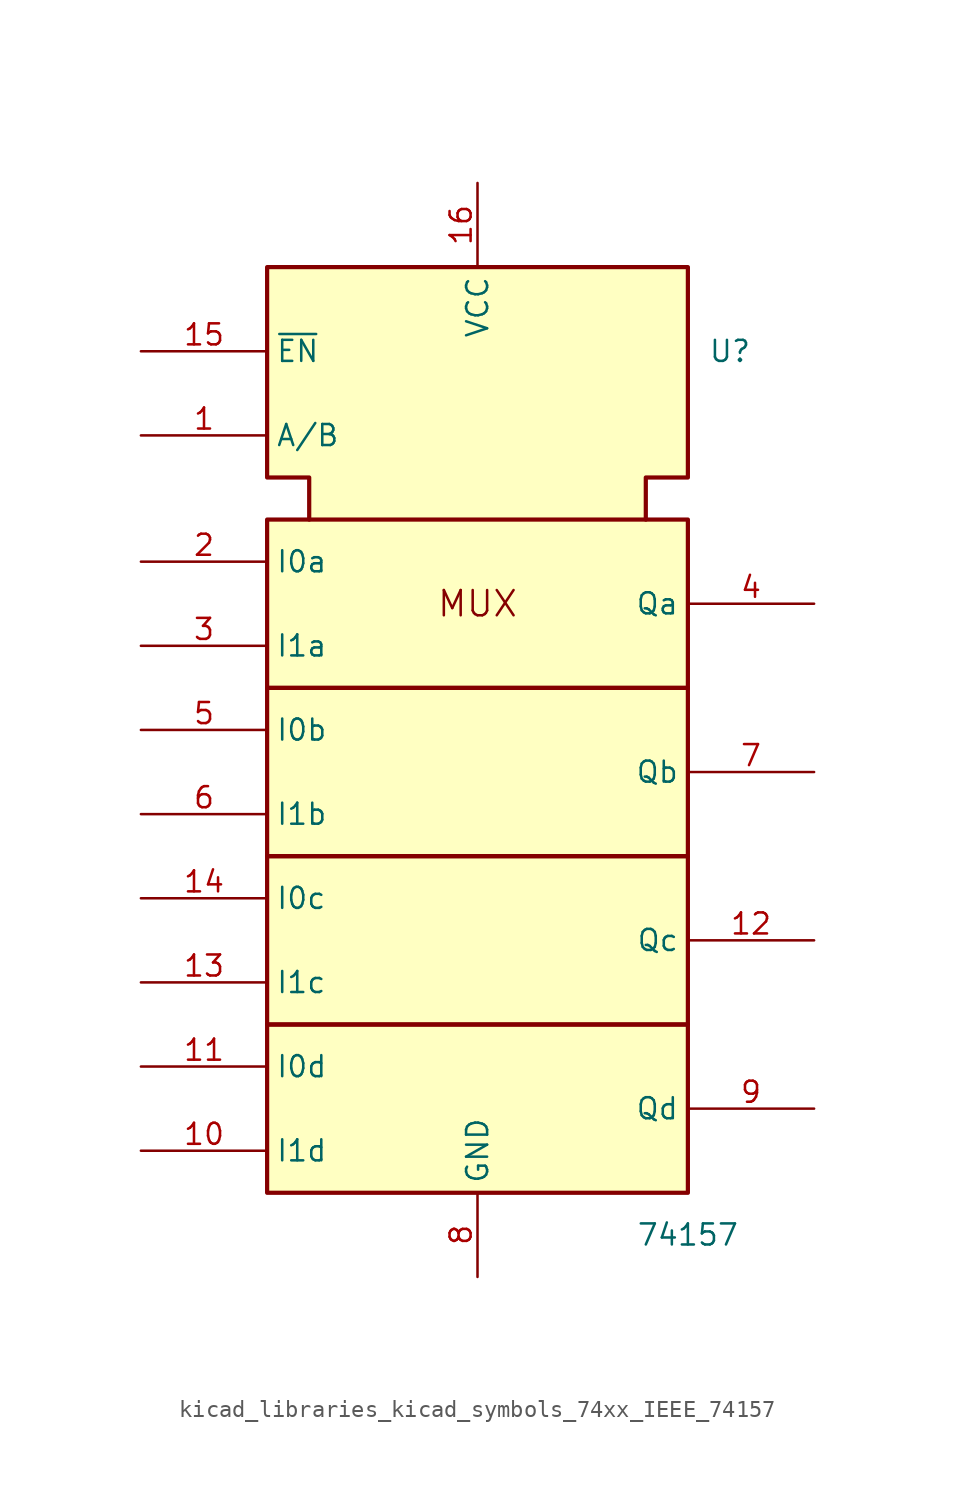
<source format=kicad_sym>
(kicad_symbol_lib
  (version 20220914)
  (generator kicad_symbol_editor)
  (symbol "kicad_libraries_kicad_symbols_74xx_IEEE_74157"
    (property "Reference" "U"
      (at 15.24 20.32 0)
      (effects (font (size 1.27 1.27))))
    (property "Value" "74157"
      (at 12.7 -33.02 0)
      (effects (font (size 1.27 1.27))))
    (symbol "kicad_libraries_kicad_symbols_74xx_IEEE_74157_0_0"
      (rectangle (start -12.7 -20.32) (end 12.7 -30.48) (stroke (width 0.254) (type default)) (fill (type background)))
      (rectangle (start -12.7 -10.16) (end 12.7 -20.32) (stroke (width 0.254) (type default)) (fill (type background)))
      (rectangle (start -12.7 0) (end 12.7 -10.16) (stroke (width 0.254) (type default)) (fill (type background)))
      (rectangle (start -12.7 10.16) (end 12.7 0) (stroke (width 0.254) (type default)) (fill (type background)))
      (polyline (pts (xy -10.16 10.16) (xy -10.16 12.7) (xy -12.7 12.7) (xy -12.7 25.4) (xy 12.7 25.4) (xy 12.7 12.7) (xy 10.16 12.7) (xy 10.16 10.16) (xy 10.16 10.16)) (stroke (width 0.254) (type default)) (fill (type background)))
      (text "MUX" (at 0 5.08 0) (effects (font (size 1.524 1.524))))
      (pin power_in line (at 0 30.48 270) (length 5.08) (name "VCC" (effects (font (size 1.27 1.27)))) (number "16" (effects (font (size 1.27 1.27)))))
      (pin power_in line (at 0 -35.56 90) (length 5.08) (name "GND" (effects (font (size 1.27 1.27)))) (number "8" (effects (font (size 1.27 1.27))))))
    (symbol "kicad_libraries_kicad_symbols_74xx_IEEE_74157_1_1"
      (pin input line (at -20.32 15.24 0) (length 7.62) (name "A/B" (effects (font (size 1.27 1.27)))) (number "1" (effects (font (size 1.27 1.27)))))
      (pin input line (at -20.32 -27.94 0) (length 7.62) (name "I1d" (effects (font (size 1.27 1.27)))) (number "10" (effects (font (size 1.27 1.27)))))
      (pin input line (at -20.32 -22.86 0) (length 7.62) (name "I0d" (effects (font (size 1.27 1.27)))) (number "11" (effects (font (size 1.27 1.27)))))
      (pin output line (at 20.32 -15.24 180) (length 7.62) (name "Qc" (effects (font (size 1.27 1.27)))) (number "12" (effects (font (size 1.27 1.27)))))
      (pin input line (at -20.32 -17.78 0) (length 7.62) (name "I1c" (effects (font (size 1.27 1.27)))) (number "13" (effects (font (size 1.27 1.27)))))
      (pin input line (at -20.32 -12.7 0) (length 7.62) (name "I0c" (effects (font (size 1.27 1.27)))) (number "14" (effects (font (size 1.27 1.27)))))
      (pin input line (at -20.32 20.32 0) (length 7.62) (name "~{EN}" (effects (font (size 1.27 1.27)))) (number "15" (effects (font (size 1.27 1.27)))))
      (pin input line (at -20.32 7.62 0) (length 7.62) (name "I0a" (effects (font (size 1.27 1.27)))) (number "2" (effects (font (size 1.27 1.27)))))
      (pin input line (at -20.32 2.54 0) (length 7.62) (name "I1a" (effects (font (size 1.27 1.27)))) (number "3" (effects (font (size 1.27 1.27)))))
      (pin output line (at 20.32 5.08 180) (length 7.62) (name "Qa" (effects (font (size 1.27 1.27)))) (number "4" (effects (font (size 1.27 1.27)))))
      (pin input line (at -20.32 -2.54 0) (length 7.62) (name "I0b" (effects (font (size 1.27 1.27)))) (number "5" (effects (font (size 1.27 1.27)))))
      (pin input line (at -20.32 -7.62 0) (length 7.62) (name "I1b" (effects (font (size 1.27 1.27)))) (number "6" (effects (font (size 1.27 1.27)))))
      (pin output line (at 20.32 -5.08 180) (length 7.62) (name "Qb" (effects (font (size 1.27 1.27)))) (number "7" (effects (font (size 1.27 1.27)))))
      (pin output line (at 20.32 -25.4 180) (length 7.62) (name "Qd" (effects (font (size 1.27 1.27)))) (number "9" (effects (font (size 1.27 1.27))))))))
</source>
